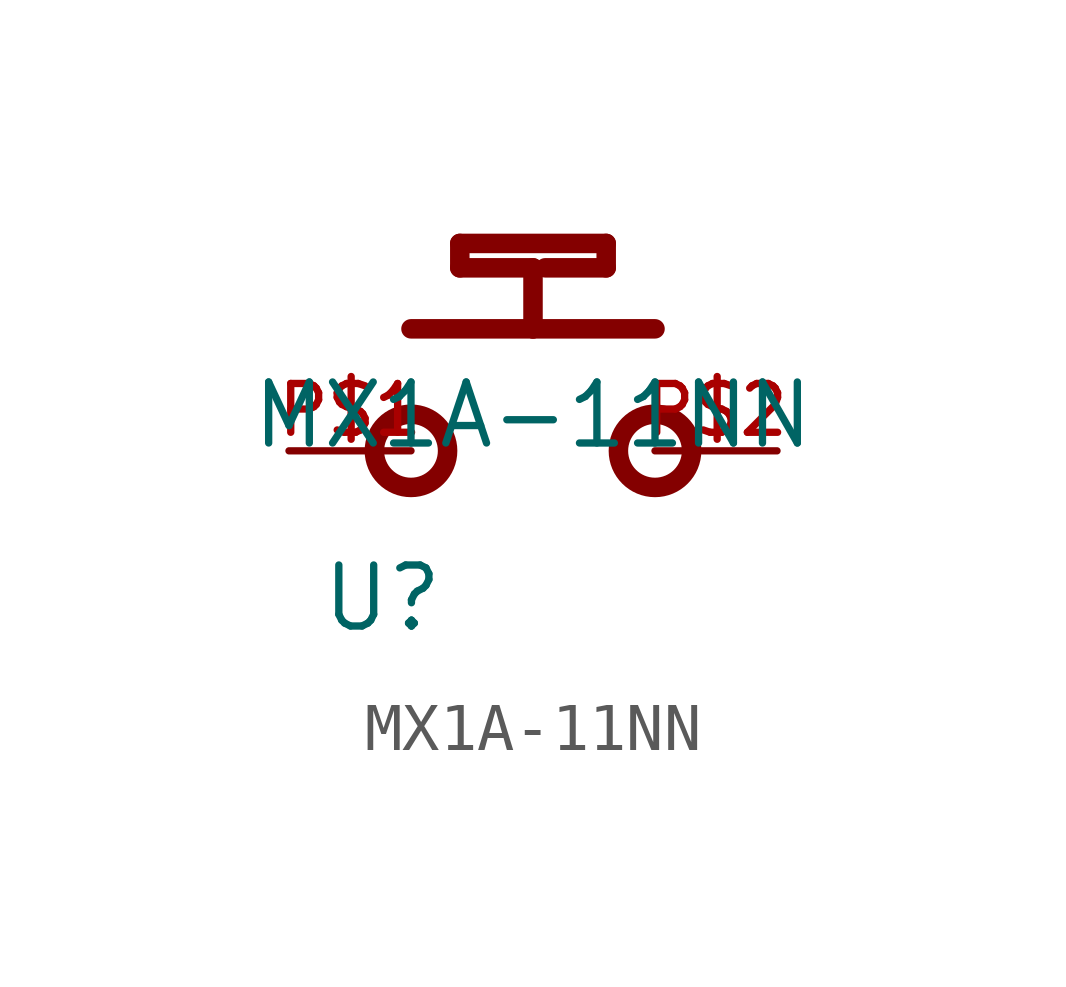
<source format=kicad_sym>
(kicad_symbol_lib
  (version 20211014)
  (generator kicad_symbol_editor)
  (symbol "MX1A-11NN"
    (pin_names
      (offset 1.016))
    (property "Reference" "U"
      (at -4.445 -3.81 0)
      (effects (font (size 1.27 1.27)) (justify bottom left)))
    (property "Value" "MX1A-11NN"
      (at 0 0.0 0)
      (effects (font (size 1.27 1.27)) (justify bottom)))
    (symbol "MX1A-11NN_0_0"
      (polyline (pts (xy -2.54 2.54) (xy 0.0 2.54)) (stroke (width 0.406)))
      (polyline (pts (xy 2.54 2.54) (xy 0.0 2.54)) (stroke (width 0.406)))
      (polyline (pts (xy 0.0 2.54) (xy 0.0 3.81)) (stroke (width 0.406)))
      (polyline (pts (xy 0.0 3.81) (xy -1.524 3.81)) (stroke (width 0.406)))
      (polyline (pts (xy -1.524 3.81) (xy -1.524 4.318)) (stroke (width 0.406)))
      (polyline (pts (xy -1.524 4.318) (xy 1.524 4.318)) (stroke (width 0.406)))
      (polyline (pts (xy 1.524 4.318) (xy 1.524 3.81)) (stroke (width 0.406)))
      (polyline (pts (xy 1.524 3.81) (xy 0.254 3.81)) (stroke (width 0.406)))
      (circle (center -2.54 0.0) (radius 0.762) (stroke (width 0.406)) (fill (type none)))
      (circle (center 2.54 0.0) (radius 0.762) (stroke (width 0.406)) (fill (type none)))
      (pin passive line (at -5.08 0.0 0) (length 2.54) (name "~" (effects (font (size 1.016 1.016)))) (number "P$1" (effects (font (size 1.016 1.016)))))
      (pin passive line (at 5.08 0.0 180.0) (length 2.54) (name "~" (effects (font (size 1.016 1.016)))) (number "P$2" (effects (font (size 1.016 1.016))))))))
</source>
